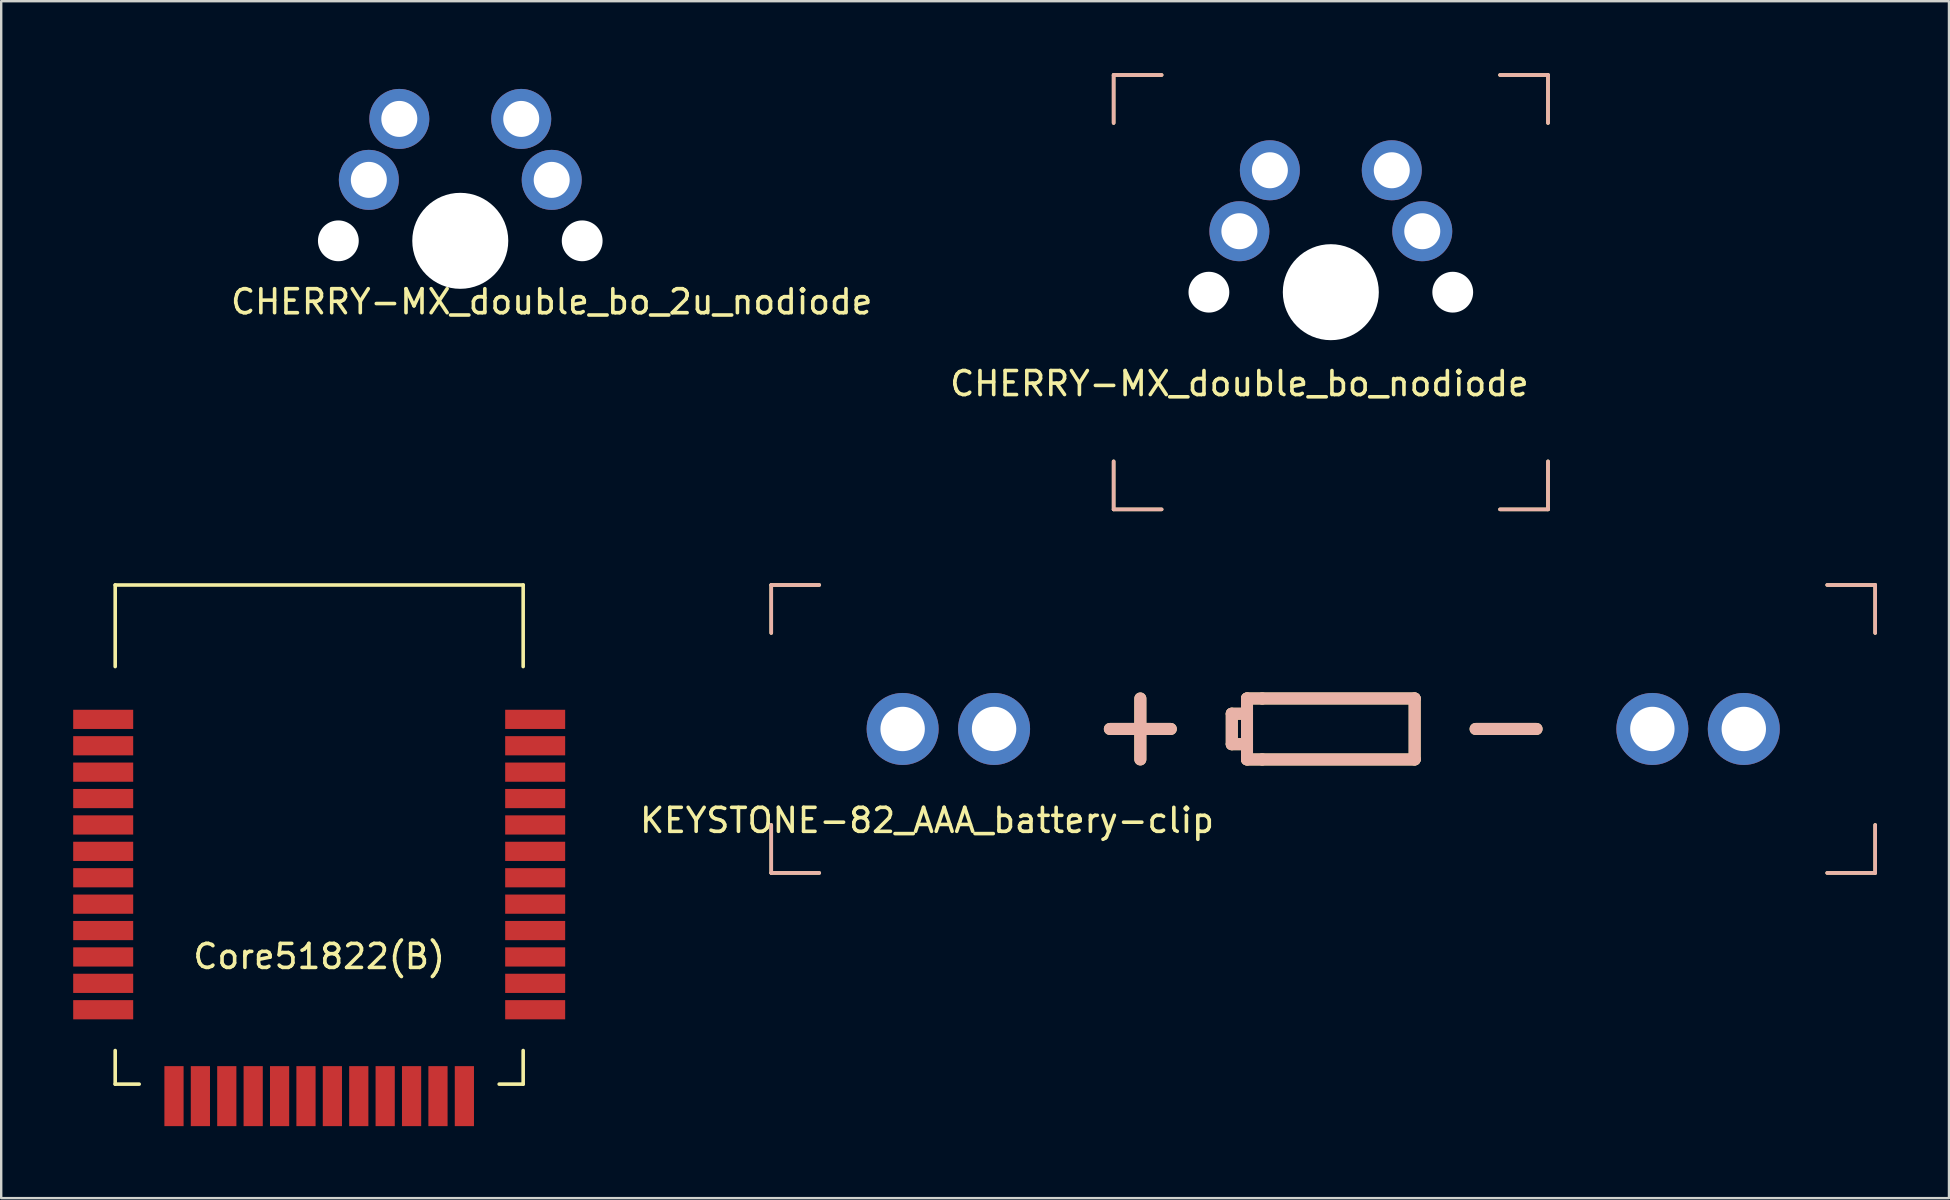
<source format=kicad_pcb>
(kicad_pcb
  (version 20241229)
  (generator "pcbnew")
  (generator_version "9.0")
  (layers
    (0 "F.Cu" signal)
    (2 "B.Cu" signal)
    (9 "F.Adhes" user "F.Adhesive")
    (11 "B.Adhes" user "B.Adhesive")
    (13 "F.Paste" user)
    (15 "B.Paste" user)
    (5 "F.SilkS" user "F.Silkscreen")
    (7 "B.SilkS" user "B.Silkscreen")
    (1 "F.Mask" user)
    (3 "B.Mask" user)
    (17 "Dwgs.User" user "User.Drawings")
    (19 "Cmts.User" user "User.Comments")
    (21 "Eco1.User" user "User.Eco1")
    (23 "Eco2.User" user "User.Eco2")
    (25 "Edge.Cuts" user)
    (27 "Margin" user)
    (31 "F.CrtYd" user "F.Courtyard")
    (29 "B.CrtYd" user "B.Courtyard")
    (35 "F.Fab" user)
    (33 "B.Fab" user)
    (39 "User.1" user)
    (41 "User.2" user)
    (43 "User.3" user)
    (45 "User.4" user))
  (footprint "KEYSTONE-82_AAA_battery-clip"
    (layer "F.Cu")
    (at 52.087 27.325)
    (property "Reference" "KEYSTONE-82_AAA_battery-clip" (at -16.51 3.81 0) (layer "F.SilkS") (effects (font (size 1 1) (thickness 0.15))))
    (attr through_hole)
    (fp_line (start -23 -6) (end -23 -4) (stroke (width 0.15) (type solid)) (layer "F.SilkS"))
    (fp_line (start -23 -6) (end -21 -6) (stroke (width 0.15) (type solid)) (layer "F.SilkS"))
    (fp_line (start -23 6) (end -23 4) (stroke (width 0.15) (type solid)) (layer "F.SilkS"))
    (fp_line (start -23 6) (end -21 6) (stroke (width 0.15) (type solid)) (layer "F.SilkS"))
    (fp_line (start -8.89 0) (end -6.35 0) (stroke (width 0.5) (type solid)) (layer "F.SilkS"))
    (fp_line (start -7.62 -1.27) (end -7.62 1.27) (stroke (width 0.5) (type solid)) (layer "F.SilkS"))
    (fp_line (start -3.81 -0.635) (end -3.81 0.635) (stroke (width 0.5) (type solid)) (layer "F.SilkS"))
    (fp_line (start -3.81 0.635) (end -3.175 0.635) (stroke (width 0.5) (type solid)) (layer "F.SilkS"))
    (fp_line (start -3.175 -1.27) (end -2.54 -1.27) (stroke (width 0.5) (type solid)) (layer "F.SilkS"))
    (fp_line (start -3.175 -0.635) (end -3.81 -0.635) (stroke (width 0.5) (type solid)) (layer "F.SilkS"))
    (fp_line (start -3.175 1.27) (end -3.175 -1.27) (stroke (width 0.5) (type solid)) (layer "F.SilkS"))
    (fp_line (start -2.54 1.27) (end -3.175 1.27) (stroke (width 0.5) (type solid)) (layer "F.SilkS"))
    (fp_line (start 3.81 -1.27) (end -2.54 -1.27) (stroke (width 0.5) (type solid)) (layer "F.SilkS"))
    (fp_line (start 3.81 -1.27) (end 3.81 1.27) (stroke (width 0.5) (type solid)) (layer "F.SilkS"))
    (fp_line (start 3.81 1.27) (end -2.54 1.27) (stroke (width 0.5) (type solid)) (layer "F.SilkS"))
    (fp_line (start 8.89 0) (end 6.35 0) (stroke (width 0.5) (type solid)) (layer "F.SilkS"))
    (fp_line (start 23 -6) (end 21 -6) (stroke (width 0.15) (type solid)) (layer "F.SilkS"))
    (fp_line (start 23 -6) (end 23 -4) (stroke (width 0.15) (type solid)) (layer "F.SilkS"))
    (fp_line (start 23 6) (end 21 6) (stroke (width 0.15) (type solid)) (layer "F.SilkS"))
    (fp_line (start 23 6) (end 23 4) (stroke (width 0.15) (type solid)) (layer "F.SilkS"))
    (fp_line (start -23 -6) (end -23 -4) (stroke (width 0.15) (type solid)) (layer "B.SilkS"))
    (fp_line (start -23 -6) (end -21 -6) (stroke (width 0.15) (type solid)) (layer "B.SilkS"))
    (fp_line (start -23 6) (end -23 4) (stroke (width 0.15) (type solid)) (layer "B.SilkS"))
    (fp_line (start -23 6) (end -21 6) (stroke (width 0.15) (type solid)) (layer "B.SilkS"))
    (fp_line (start -8.89 0) (end -6.35 0) (stroke (width 0.5) (type solid)) (layer "B.SilkS"))
    (fp_line (start -7.62 -1.27) (end -7.62 1.27) (stroke (width 0.5) (type solid)) (layer "B.SilkS"))
    (fp_line (start -3.81 -0.635) (end -3.81 0.635) (stroke (width 0.5) (type solid)) (layer "B.SilkS"))
    (fp_line (start -3.81 0.635) (end -3.175 0.635) (stroke (width 0.5) (type solid)) (layer "B.SilkS"))
    (fp_line (start -3.175 -1.27) (end -2.54 -1.27) (stroke (width 0.5) (type solid)) (layer "B.SilkS"))
    (fp_line (start -3.175 -0.635) (end -3.81 -0.635) (stroke (width 0.5) (type solid)) (layer "B.SilkS"))
    (fp_line (start -3.175 1.27) (end -3.175 -1.27) (stroke (width 0.5) (type solid)) (layer "B.SilkS"))
    (fp_line (start -2.54 1.27) (end -3.175 1.27) (stroke (width 0.5) (type solid)) (layer "B.SilkS"))
    (fp_line (start 3.81 -1.27) (end -2.54 -1.27) (stroke (width 0.5) (type solid)) (layer "B.SilkS"))
    (fp_line (start 3.81 -1.27) (end 3.81 1.27) (stroke (width 0.5) (type solid)) (layer "B.SilkS"))
    (fp_line (start 3.81 1.27) (end -2.54 1.27) (stroke (width 0.5) (type solid)) (layer "B.SilkS"))
    (fp_line (start 8.89 0) (end 6.35 0) (stroke (width 0.5) (type solid)) (layer "B.SilkS"))
    (fp_line (start 23 -6) (end 21 -6) (stroke (width 0.15) (type solid)) (layer "B.SilkS"))
    (fp_line (start 23 -6) (end 23 -4) (stroke (width 0.15) (type solid)) (layer "B.SilkS"))
    (fp_line (start 23 6) (end 21 6) (stroke (width 0.15) (type solid)) (layer "B.SilkS"))
    (fp_line (start 23 6) (end 23 4) (stroke (width 0.15) (type solid)) (layer "B.SilkS"))
    (pad "1" thru_hole circle (at -17.525 0 90) (size 3 3) (drill 1.85) (layers "*.Cu" "*.Mask"))
    (pad "1" thru_hole circle (at -13.715 0 90) (size 3 3) (drill 1.85) (layers "*.Cu" "*.Mask"))
    (pad "2" thru_hole circle (at 13.715 0 90) (size 3 3) (drill 1.85) (layers "*.Cu" "*.Mask"))
    (pad "2" thru_hole circle (at 17.525 0 90) (size 3 3) (drill 1.85) (layers "*.Cu" "*.Mask")))
  (footprint "Core51822(B)"
    (layer "F.Cu")
    (at 10.25 31.725)
    (property "Reference" "Core51822(B)" (at 0 5.08 0) (layer "F.SilkS") (effects (font (size 1 1) (thickness 0.15))))
    (attr through_hole)
    (fp_line (start -8.5 -10.4) (end -8.5 -7) (stroke (width 0.15) (type solid)) (layer "F.SilkS"))
    (fp_line (start -8.5 9) (end -8.5 10.4) (stroke (width 0.15) (type solid)) (layer "F.SilkS"))
    (fp_line (start -8.5 10.4) (end -7.5 10.4) (stroke (width 0.15) (type solid)) (layer "F.SilkS"))
    (fp_line (start 8.5 -10.4) (end -8.5 -10.4) (stroke (width 0.15) (type solid)) (layer "F.SilkS"))
    (fp_line (start 8.5 -7) (end 8.5 -10.4) (stroke (width 0.15) (type solid)) (layer "F.SilkS"))
    (fp_line (start 8.5 10.4) (end 7.5 10.4) (stroke (width 0.15) (type solid)) (layer "F.SilkS"))
    (fp_line (start 8.5 10.4) (end 8.5 9) (stroke (width 0.15) (type solid)) (layer "F.SilkS"))
    (pad "1" smd rect (at -9 -4.8 90) (size 0.8 2.5) (layers "F.Cu" "F.Mask" "F.Paste"))
    (pad "2" smd rect (at -9 -3.7 90) (size 0.8 2.5) (layers "F.Cu" "F.Mask" "F.Paste"))
    (pad "3" smd rect (at -9 -2.6 90) (size 0.8 2.5) (layers "F.Cu" "F.Mask" "F.Paste"))
    (pad "4" smd rect (at -9 -1.5 90) (size 0.8 2.5) (layers "F.Cu" "F.Mask" "F.Paste"))
    (pad "5" smd rect (at -9 -0.4 90) (size 0.8 2.5) (layers "F.Cu" "F.Mask" "F.Paste"))
    (pad "6" smd rect (at -9 0.7 90) (size 0.8 2.5) (layers "F.Cu" "F.Mask" "F.Paste"))
    (pad "7" smd rect (at -9 1.8 90) (size 0.8 2.5) (layers "F.Cu" "F.Mask" "F.Paste"))
    (pad "8" smd rect (at -9 2.9 90) (size 0.8 2.5) (layers "F.Cu" "F.Mask" "F.Paste"))
    (pad "9" smd rect (at -9 4 90) (size 0.8 2.5) (layers "F.Cu" "F.Mask" "F.Paste"))
    (pad "10" smd rect (at -9 5.1 90) (size 0.8 2.5) (layers "F.Cu" "F.Mask" "F.Paste"))
    (pad "11" smd rect (at -9 6.2 90) (size 0.8 2.5) (layers "F.Cu" "F.Mask" "F.Paste"))
    (pad "12" smd rect (at -9 7.3 90) (size 0.8 2.5) (layers "F.Cu" "F.Mask" "F.Paste"))
    (pad "13" smd rect (at -6.05 10.9) (size 0.8 2.5) (layers "F.Cu" "F.Mask" "F.Paste"))
    (pad "14" smd rect (at -4.95 10.9) (size 0.8 2.5) (layers "F.Cu" "F.Mask" "F.Paste"))
    (pad "15" smd rect (at -3.85 10.9) (size 0.8 2.5) (layers "F.Cu" "F.Mask" "F.Paste"))
    (pad "16" smd rect (at -2.75 10.9) (size 0.8 2.5) (layers "F.Cu" "F.Mask" "F.Paste"))
    (pad "17" smd rect (at -1.65 10.9) (size 0.8 2.5) (layers "F.Cu" "F.Mask" "F.Paste"))
    (pad "18" smd rect (at -0.55 10.9) (size 0.8 2.5) (layers "F.Cu" "F.Mask" "F.Paste"))
    (pad "19" smd rect (at 0.55 10.9) (size 0.8 2.5) (layers "F.Cu" "F.Mask" "F.Paste"))
    (pad "20" smd rect (at 1.65 10.9) (size 0.8 2.5) (layers "F.Cu" "F.Mask" "F.Paste"))
    (pad "21" smd rect (at 2.75 10.9) (size 0.8 2.5) (layers "F.Cu" "F.Mask" "F.Paste"))
    (pad "22" smd rect (at 3.85 10.9) (size 0.8 2.5) (layers "F.Cu" "F.Mask" "F.Paste"))
    (pad "23" smd rect (at 4.95 10.9) (size 0.8 2.5) (layers "F.Cu" "F.Mask" "F.Paste"))
    (pad "24" smd rect (at 6.05 10.9) (size 0.8 2.5) (layers "F.Cu" "F.Mask" "F.Paste"))
    (pad "25" smd rect (at 9 7.3 90) (size 0.8 2.5) (layers "F.Cu" "F.Mask" "F.Paste"))
    (pad "26" smd rect (at 9 6.2 90) (size 0.8 2.5) (layers "F.Cu" "F.Mask" "F.Paste"))
    (pad "27" smd rect (at 9 5.1 90) (size 0.8 2.5) (layers "F.Cu" "F.Mask" "F.Paste"))
    (pad "28" smd rect (at 9 4 90) (size 0.8 2.5) (layers "F.Cu" "F.Mask" "F.Paste"))
    (pad "29" smd rect (at 9 2.9 90) (size 0.8 2.5) (layers "F.Cu" "F.Mask" "F.Paste"))
    (pad "30" smd rect (at 9 1.8 90) (size 0.8 2.5) (layers "F.Cu" "F.Mask" "F.Paste"))
    (pad "31" smd rect (at 9 0.7 90) (size 0.8 2.5) (layers "F.Cu" "F.Mask" "F.Paste"))
    (pad "32" smd rect (at 9 -0.4 90) (size 0.8 2.5) (layers "F.Cu" "F.Mask" "F.Paste"))
    (pad "33" smd rect (at 9 -1.5 90) (size 0.8 2.5) (layers "F.Cu" "F.Mask" "F.Paste"))
    (pad "34" smd rect (at 9 -2.6 90) (size 0.8 2.5) (layers "F.Cu" "F.Mask" "F.Paste"))
    (pad "35" smd rect (at 9 -3.7 90) (size 0.8 2.5) (layers "F.Cu" "F.Mask" "F.Paste"))
    (pad "36" smd rect (at 9 -4.8 90) (size 0.8 2.5) (layers "F.Cu" "F.Mask" "F.Paste")))
  (footprint "CHERRY-MX_double_bo_2u_nodiode"
    (layer "F.Cu")
    (at 16.129 6.985)
    (property "Reference" "CHERRY-MX_double_bo_2u_nodiode" (at 3.81 2.54 0) (layer "F.SilkS") (effects (font (size 1 1) (thickness 0.15))))
    (attr through_hole)
    (fp_line (start -16.129 -2.286) (end -16.129 0.508) (stroke (width 0.0001) (type solid)) (layer "Edge.Cuts"))
    (fp_line (start -16.129 0.508) (end -15.265 0.508) (stroke (width 0.0001) (type solid)) (layer "Edge.Cuts"))
    (fp_line (start -15.265 -6.731) (end -15.265 -2.286) (stroke (width 0.0001) (type solid)) (layer "Edge.Cuts"))
    (fp_line (start -15.265 -2.286) (end -16.129 -2.286) (stroke (width 0.0001) (type solid)) (layer "Edge.Cuts"))
    (fp_line (start -15.265 0.508) (end -15.265 1.016) (stroke (width 0.0001) (type solid)) (layer "Edge.Cuts"))
    (fp_line (start -15.265 3.556) (end -15.265 6.604) (stroke (width 0.0001) (type solid)) (layer "Edge.Cuts"))
    (fp_line (start -15.265 6.604) (end -13.462 6.604) (stroke (width 0.0001) (type solid)) (layer "Edge.Cuts"))
    (fp_line (start -13.97 -5.08) (end -6.35 -5.08) (stroke (width 0.0001) (type solid)) (layer "Edge.Cuts"))
    (fp_line (start -13.97 1.016) (end -15.265 1.016) (stroke (width 0.0001) (type solid)) (layer "Edge.Cuts"))
    (fp_line (start -13.97 1.016) (end -13.97 -5.08) (stroke (width 0.0001) (type solid)) (layer "Edge.Cuts"))
    (fp_line (start -13.97 3.556) (end -15.265 3.556) (stroke (width 0.0001) (type solid)) (layer "Edge.Cuts"))
    (fp_line (start -13.97 5.08) (end -13.97 3.556) (stroke (width 0.0001) (type solid)) (layer "Edge.Cuts"))
    (fp_line (start -13.462 6.604) (end -13.462 7.772) (stroke (width 0.0001) (type solid)) (layer "Edge.Cuts"))
    (fp_line (start -13.462 7.772) (end -10.414 7.772) (stroke (width 0.0001) (type solid)) (layer "Edge.Cuts"))
    (fp_line (start -10.414 6.604) (end -8.611 6.604) (stroke (width 0.0001) (type solid)) (layer "Edge.Cuts"))
    (fp_line (start -10.414 7.772) (end -10.414 6.604) (stroke (width 0.0001) (type solid)) (layer "Edge.Cuts"))
    (fp_line (start -8.611 -6.731) (end -15.265 -6.731) (stroke (width 0.0001) (type solid)) (layer "Edge.Cuts"))
    (fp_line (start -8.611 -5.918) (end -8.611 -6.731) (stroke (width 0.0001) (type solid)) (layer "Edge.Cuts"))
    (fp_line (start -8.611 5.944) (end -6.985 5.944) (stroke (width 0.0001) (type solid)) (layer "Edge.Cuts"))
    (fp_line (start -8.611 6.604) (end -8.611 5.944) (stroke (width 0.0001) (type solid)) (layer "Edge.Cuts"))
    (fp_line (start -6.985 -6.985) (end -6.985 -5.918) (stroke (width 0.0001) (type solid)) (layer "Edge.Cuts"))
    (fp_line (start -6.985 -6.985) (end 6.985 -6.985) (stroke (width 0.0001) (type solid)) (layer "Edge.Cuts"))
    (fp_line (start -6.985 -5.918) (end -8.611 -5.918) (stroke (width 0.0001) (type solid)) (layer "Edge.Cuts"))
    (fp_line (start -6.985 5.944) (end -6.985 6.985) (stroke (width 0.0001) (type solid)) (layer "Edge.Cuts"))
    (fp_line (start -6.985 6.985) (end 6.985 6.985) (stroke (width 0.0001) (type solid)) (layer "Edge.Cuts"))
    (fp_line (start -6.35 -6.35) (end 6.35 -6.35) (stroke (width 0.0001) (type solid)) (layer "Edge.Cuts"))
    (fp_line (start -6.35 -5.08) (end -6.35 -6.35) (stroke (width 0.0001) (type solid)) (layer "Edge.Cuts"))
    (fp_line (start -6.35 5.08) (end -13.97 5.08) (stroke (width 0.0001) (type solid)) (layer "Edge.Cuts"))
    (fp_line (start -6.35 6.35) (end -6.35 5.08) (stroke (width 0.0001) (type solid)) (layer "Edge.Cuts"))
    (fp_line (start -6.35 6.35) (end 6.35 6.35) (stroke (width 0.0001) (type solid)) (layer "Edge.Cuts"))
    (fp_line (start 6.35 -5.08) (end 6.35 -6.35) (stroke (width 0.0001) (type solid)) (layer "Edge.Cuts"))
    (fp_line (start 6.35 5.08) (end 13.97 5.08) (stroke (width 0.0001) (type solid)) (layer "Edge.Cuts"))
    (fp_line (start 6.35 6.35) (end 6.35 5.08) (stroke (width 0.0001) (type solid)) (layer "Edge.Cuts"))
    (fp_line (start 6.985 -6.985) (end 6.985 -5.918) (stroke (width 0.0001) (type solid)) (layer "Edge.Cuts"))
    (fp_line (start 6.985 -5.918) (end 8.611 -5.918) (stroke (width 0.0001) (type solid)) (layer "Edge.Cuts"))
    (fp_line (start 6.985 5.944) (end 6.985 6.985) (stroke (width 0.0001) (type solid)) (layer "Edge.Cuts"))
    (fp_line (start 8.611 -6.731) (end 15.265 -6.731) (stroke (width 0.0001) (type solid)) (layer "Edge.Cuts"))
    (fp_line (start 8.611 -5.918) (end 8.611 -6.731) (stroke (width 0.0001) (type solid)) (layer "Edge.Cuts"))
    (fp_line (start 8.611 5.944) (end 6.985 5.944) (stroke (width 0.0001) (type solid)) (layer "Edge.Cuts"))
    (fp_line (start 8.611 6.604) (end 8.611 5.944) (stroke (width 0.0001) (type solid)) (layer "Edge.Cuts"))
    (fp_line (start 10.414 6.604) (end 8.611 6.604) (stroke (width 0.0001) (type solid)) (layer "Edge.Cuts"))
    (fp_line (start 10.414 7.772) (end 10.414 6.604) (stroke (width 0.0001) (type solid)) (layer "Edge.Cuts"))
    (fp_line (start 13.462 6.604) (end 13.462 7.772) (stroke (width 0.0001) (type solid)) (layer "Edge.Cuts"))
    (fp_line (start 13.462 7.772) (end 10.414 7.772) (stroke (width 0.0001) (type solid)) (layer "Edge.Cuts"))
    (fp_line (start 13.97 -5.08) (end 6.35 -5.08) (stroke (width 0.0001) (type solid)) (layer "Edge.Cuts"))
    (fp_line (start 13.97 1.016) (end 13.97 -5.08) (stroke (width 0.0001) (type solid)) (layer "Edge.Cuts"))
    (fp_line (start 13.97 1.016) (end 15.265 1.016) (stroke (width 0.0001) (type solid)) (layer "Edge.Cuts"))
    (fp_line (start 13.97 3.556) (end 15.265 3.556) (stroke (width 0.0001) (type solid)) (layer "Edge.Cuts"))
    (fp_line (start 13.97 5.08) (end 13.97 3.556) (stroke (width 0.0001) (type solid)) (layer "Edge.Cuts"))
    (fp_line (start 15.265 -6.731) (end 15.265 -2.286) (stroke (width 0.0001) (type solid)) (layer "Edge.Cuts"))
    (fp_line (start 15.265 -2.286) (end 16.129 -2.286) (stroke (width 0.0001) (type solid)) (layer "Edge.Cuts"))
    (fp_line (start 15.265 0.508) (end 15.265 1.016) (stroke (width 0.0001) (type solid)) (layer "Edge.Cuts"))
    (fp_line (start 15.265 3.556) (end 15.265 6.604) (stroke (width 0.0001) (type solid)) (layer "Edge.Cuts"))
    (fp_line (start 15.265 6.604) (end 13.462 6.604) (stroke (width 0.0001) (type solid)) (layer "Edge.Cuts"))
    (fp_line (start 16.129 -2.286) (end 16.129 0.508) (stroke (width 0.0001) (type solid)) (layer "Edge.Cuts"))
    (fp_line (start 16.129 0.508) (end 15.265 0.508) (stroke (width 0.0001) (type solid)) (layer "Edge.Cuts"))
    (pad "" np_thru_hole circle (at -5.08 0) (size 1.7 1.7) (drill 1.7) (layers "*.Cu" "*.Mask"))
    (pad "" np_thru_hole circle (at 0 0) (size 4 4) (drill 4) (layers "*.Cu" "*.Mask"))
    (pad "" np_thru_hole circle (at 5.08 0) (size 1.7 1.7) (drill 1.7) (layers "*.Cu" "*.Mask"))
    (pad "1" thru_hole circle (at -3.81 -2.54) (size 2.5 2.5) (drill 1.5) (layers "*.Cu" "*.Mask"))
    (pad "1" thru_hole circle (at -2.54 -5.08) (size 2.5 2.5) (drill 1.5) (layers "*.Cu" "*.Mask"))
    (pad "2" thru_hole circle (at 2.54 -5.08) (size 2.5 2.5) (drill 1.5) (layers "*.Cu" "*.Mask"))
    (pad "2" thru_hole circle (at 3.81 -2.54) (size 2.5 2.5) (drill 1.5) (layers "*.Cu" "*.Mask")))
  (footprint "CHERRY-MX_double_bo_nodiode"
    (layer "F.Cu")
    (at 52.404 9.125)
    (property "Reference" "CHERRY-MX_double_bo_nodiode" (at -3.81 3.81 0) (layer "F.SilkS") (effects (font (size 1 1) (thickness 0.15))))
    (attr through_hole)
    (fp_line (start -9.05 -9.05) (end -9.05 -7.05) (stroke (width 0.15) (type solid)) (layer "F.SilkS"))
    (fp_line (start -9.05 -9.05) (end -7.05 -9.05) (stroke (width 0.15) (type solid)) (layer "F.SilkS"))
    (fp_line (start -9.05 9.05) (end -9.05 7.05) (stroke (width 0.15) (type solid)) (layer "F.SilkS"))
    (fp_line (start -9.05 9.05) (end -7.05 9.05) (stroke (width 0.15) (type solid)) (layer "F.SilkS"))
    (fp_line (start 9.05 -9.05) (end 7.05 -9.05) (stroke (width 0.15) (type solid)) (layer "F.SilkS"))
    (fp_line (start 9.05 -9.05) (end 9.05 -7.05) (stroke (width 0.15) (type solid)) (layer "F.SilkS"))
    (fp_line (start 9.05 9.05) (end 7.05 9.05) (stroke (width 0.15) (type solid)) (layer "F.SilkS"))
    (fp_line (start 9.05 9.05) (end 9.05 7.05) (stroke (width 0.15) (type solid)) (layer "F.SilkS"))
    (fp_line (start -9.05 -9.05) (end -9.05 -7.05) (stroke (width 0.15) (type solid)) (layer "B.SilkS"))
    (fp_line (start -9.05 -9.05) (end -7.05 -9.05) (stroke (width 0.15) (type solid)) (layer "B.SilkS"))
    (fp_line (start -9.05 9.05) (end -9.05 7.05) (stroke (width 0.15) (type solid)) (layer "B.SilkS"))
    (fp_line (start -9.05 9.05) (end -7.05 9.05) (stroke (width 0.15) (type solid)) (layer "B.SilkS"))
    (fp_line (start 9.05 -9.05) (end 7.05 -9.05) (stroke (width 0.15) (type solid)) (layer "B.SilkS"))
    (fp_line (start 9.05 -9.05) (end 9.05 -7.05) (stroke (width 0.15) (type solid)) (layer "B.SilkS"))
    (fp_line (start 9.05 9.05) (end 7.05 9.05) (stroke (width 0.15) (type solid)) (layer "B.SilkS"))
    (fp_line (start 9.05 9.05) (end 9.05 7.05) (stroke (width 0.15) (type solid)) (layer "B.SilkS"))
    (fp_line (start -7 -7) (end -7 -1.27) (stroke (width 0.0001) (type solid)) (layer "Edge.Cuts"))
    (fp_line (start -7 -7) (end 7 -7) (stroke (width 0.0001) (type solid)) (layer "Edge.Cuts"))
    (fp_line (start -7 -1.27) (end -6.4 -1.27) (stroke (width 0.0001) (type solid)) (layer "Edge.Cuts"))
    (fp_line (start -7 1.27) (end -6.4 1.27) (stroke (width 0.0001) (type solid)) (layer "Edge.Cuts"))
    (fp_line (start -7 7) (end -7 1.27) (stroke (width 0.0001) (type solid)) (layer "Edge.Cuts"))
    (fp_line (start -7 7) (end 7 7) (stroke (width 0.0001) (type solid)) (layer "Edge.Cuts"))
    (fp_line (start -6.4 -6.4) (end -6.4 -1.27) (stroke (width 0.0001) (type solid)) (layer "Edge.Cuts"))
    (fp_line (start -6.4 -6.4) (end 6.4 -6.4) (stroke (width 0.0001) (type solid)) (layer "Edge.Cuts"))
    (fp_line (start -6.4 6.4) (end -6.4 1.27) (stroke (width 0.0001) (type solid)) (layer "Edge.Cuts"))
    (fp_line (start -6.4 6.4) (end 6.4 6.4) (stroke (width 0.0001) (type solid)) (layer "Edge.Cuts"))
    (fp_line (start 6.4 -6.4) (end 6.4 -1.27) (stroke (width 0.0001) (type solid)) (layer "Edge.Cuts"))
    (fp_line (start 6.4 6.4) (end 6.4 1.27) (stroke (width 0.0001) (type solid)) (layer "Edge.Cuts"))
    (fp_line (start 7 -7) (end 7 -1.27) (stroke (width 0.0001) (type solid)) (layer "Edge.Cuts"))
    (fp_line (start 7 -1.27) (end 6.4 -1.27) (stroke (width 0.0001) (type solid)) (layer "Edge.Cuts"))
    (fp_line (start 7 1.27) (end 6.4 1.27) (stroke (width 0.0001) (type solid)) (layer "Edge.Cuts"))
    (fp_line (start 7 7) (end 7 1.27) (stroke (width 0.0001) (type solid)) (layer "Edge.Cuts"))
    (pad "" np_thru_hole circle (at -5.08 0) (size 1.7 1.7) (drill 1.7) (layers "*.Cu" "*.Mask"))
    (pad "" np_thru_hole circle (at 0 0) (size 4 4) (drill 4) (layers "*.Cu" "*.Mask"))
    (pad "" np_thru_hole circle (at 5.08 0) (size 1.7 1.7) (drill 1.7) (layers "*.Cu" "*.Mask"))
    (pad "1" thru_hole circle (at -3.81 -2.54) (size 2.5 2.5) (drill 1.5) (layers "*.Cu" "*.Mask"))
    (pad "1" thru_hole circle (at -2.54 -5.08) (size 2.5 2.5) (drill 1.5) (layers "*.Cu" "*.Mask"))
    (pad "2" thru_hole circle (at 2.54 -5.08) (size 2.5 2.5) (drill 1.5) (layers "*.Cu" "*.Mask"))
    (pad "2" thru_hole circle (at 3.81 -2.54) (size 2.5 2.5) (drill 1.5) (layers "*.Cu" "*.Mask")))
  (gr_rect
    (start -3 -3)
    (end 78.162 46.875)
    (stroke (width 0.1) (type default))
    (fill no)
    (layer "Edge.Cuts")))
</source>
